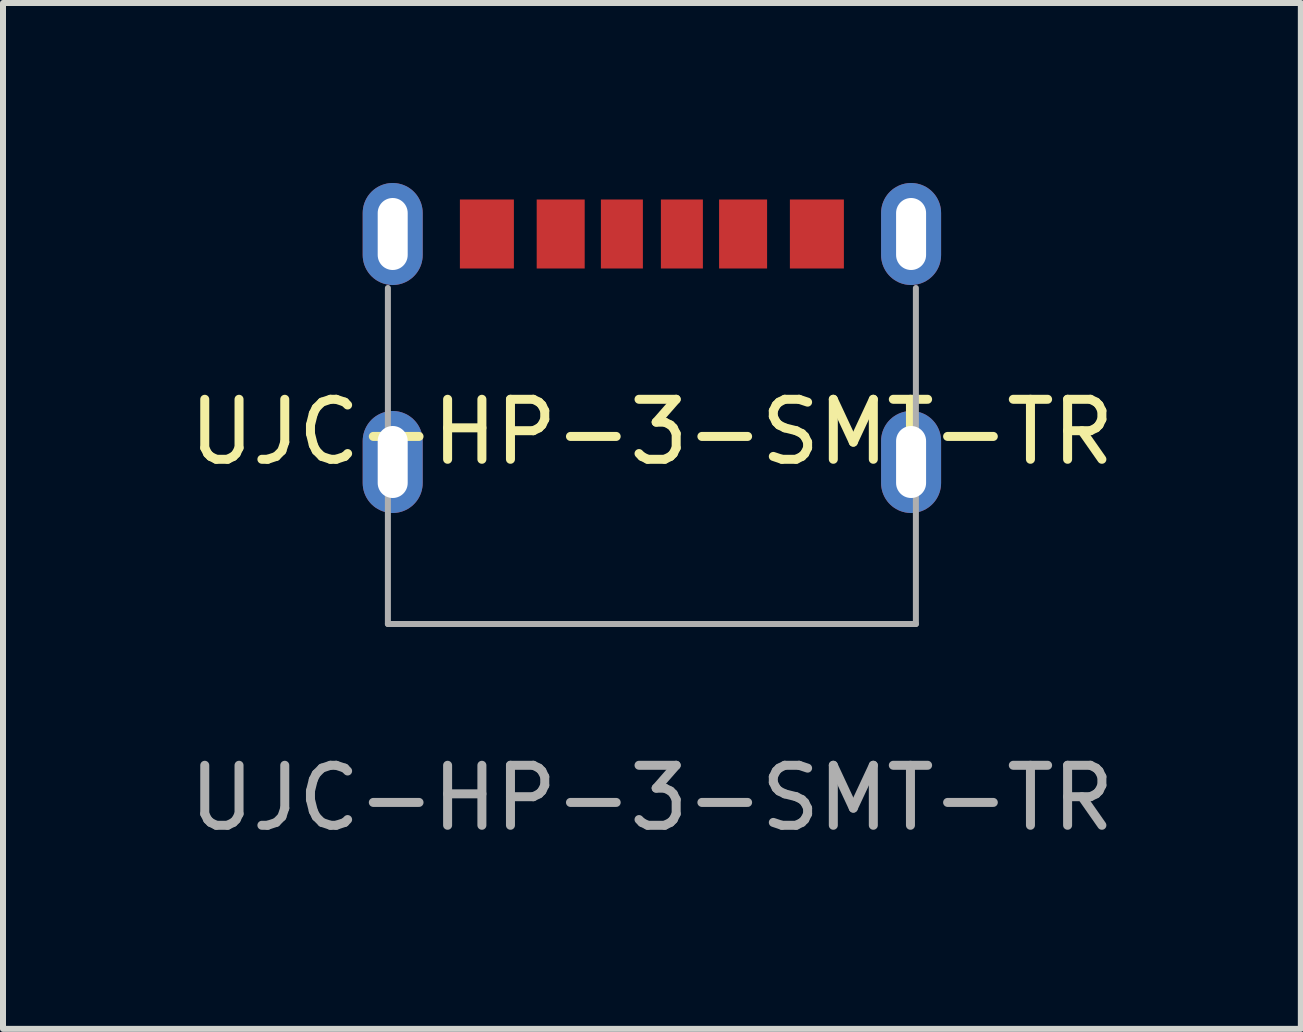
<source format=kicad_pcb>
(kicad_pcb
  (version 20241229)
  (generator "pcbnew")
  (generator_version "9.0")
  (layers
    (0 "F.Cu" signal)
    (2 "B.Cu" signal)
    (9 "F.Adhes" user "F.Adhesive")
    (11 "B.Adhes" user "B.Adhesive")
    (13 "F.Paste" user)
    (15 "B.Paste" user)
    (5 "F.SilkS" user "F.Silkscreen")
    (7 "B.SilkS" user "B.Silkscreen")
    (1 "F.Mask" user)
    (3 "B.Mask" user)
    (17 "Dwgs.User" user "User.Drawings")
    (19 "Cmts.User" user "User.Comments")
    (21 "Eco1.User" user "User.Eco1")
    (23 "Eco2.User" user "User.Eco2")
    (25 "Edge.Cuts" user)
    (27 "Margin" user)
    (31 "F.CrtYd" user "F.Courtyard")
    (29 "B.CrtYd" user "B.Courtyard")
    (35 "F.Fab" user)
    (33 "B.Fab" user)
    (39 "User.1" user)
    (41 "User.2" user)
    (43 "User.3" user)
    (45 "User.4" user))
  (footprint "UJC-HP-3-SMT-TR"
    (layer "F.Cu")
    (at 7.815 3.85)
    (property "Reference" "UJC-HP-3-SMT-TR" (at 0 0.3 0) (unlocked yes) (layer "F.SilkS") (effects (font (size 1 1) (thickness 0.15))))
    (attr smd)
    (fp_line (start -4.4 -2.1) (end -4.4 3.5) (stroke (width 0.1) (type solid)) (layer "F.Fab"))
    (fp_line (start -4.4 3.5) (end 3.3 3.5) (stroke (width 0.1) (type solid)) (layer "F.Fab"))
    (fp_line (start 4.4 -2.1) (end 4.4 3.5) (stroke (width 0.1) (type solid)) (layer "F.Fab"))
    (fp_line (start 4.4 3.5) (end 3.3 3.5) (stroke (width 0.1) (type solid)) (layer "F.Fab"))
    (fp_text user "${REFERENCE}" (at 0 6.4 0) (unlocked yes) (layer "F.Fab") (effects (font (size 1 1) (thickness 0.15))))
    (pad "A5" smd rect (at -0.5 -3) (size 0.7 1.15) (layers "F.Cu" "F.Mask" "F.Paste"))
    (pad "A9" smd rect (at 1.52 -3) (size 0.8 1.15) (layers "F.Cu" "F.Mask" "F.Paste"))
    (pad "A12" smd rect (at 2.75 -3) (size 0.9 1.15) (layers "F.Cu" "F.Mask" "F.Paste"))
    (pad "B5" smd rect (at 0.5 -3) (size 0.7 1.15) (layers "F.Cu" "F.Mask" "F.Paste"))
    (pad "B9" smd rect (at -1.52 -3) (size 0.8 1.15) (layers "F.Cu" "F.Mask" "F.Paste"))
    (pad "B12" smd rect (at -2.75 -3) (size 0.9 1.15) (layers "F.Cu" "F.Mask" "F.Paste"))
    (pad "S1" thru_hole oval (at -4.32 -3) (size 1 1.7) (drill oval 0.5 1.2) (layers "*.Cu" "*.Mask"))
    (pad "S1" thru_hole oval (at -4.32 0.8) (size 1 1.7) (drill oval 0.5 1.2) (layers "*.Cu" "*.Mask"))
    (pad "S1" thru_hole oval (at 4.32 -3) (size 1 1.7) (drill oval 0.5 1.2) (layers "*.Cu" "*.Mask"))
    (pad "S1" thru_hole oval (at 4.32 0.8) (size 1 1.7) (drill oval 0.5 1.2) (layers "*.Cu" "*.Mask")))
  (gr_rect
    (start -3 -3)
    (end 18.631 14.098)
    (stroke (width 0.1) (type default))
    (fill no)
    (layer "Edge.Cuts")))
</source>
